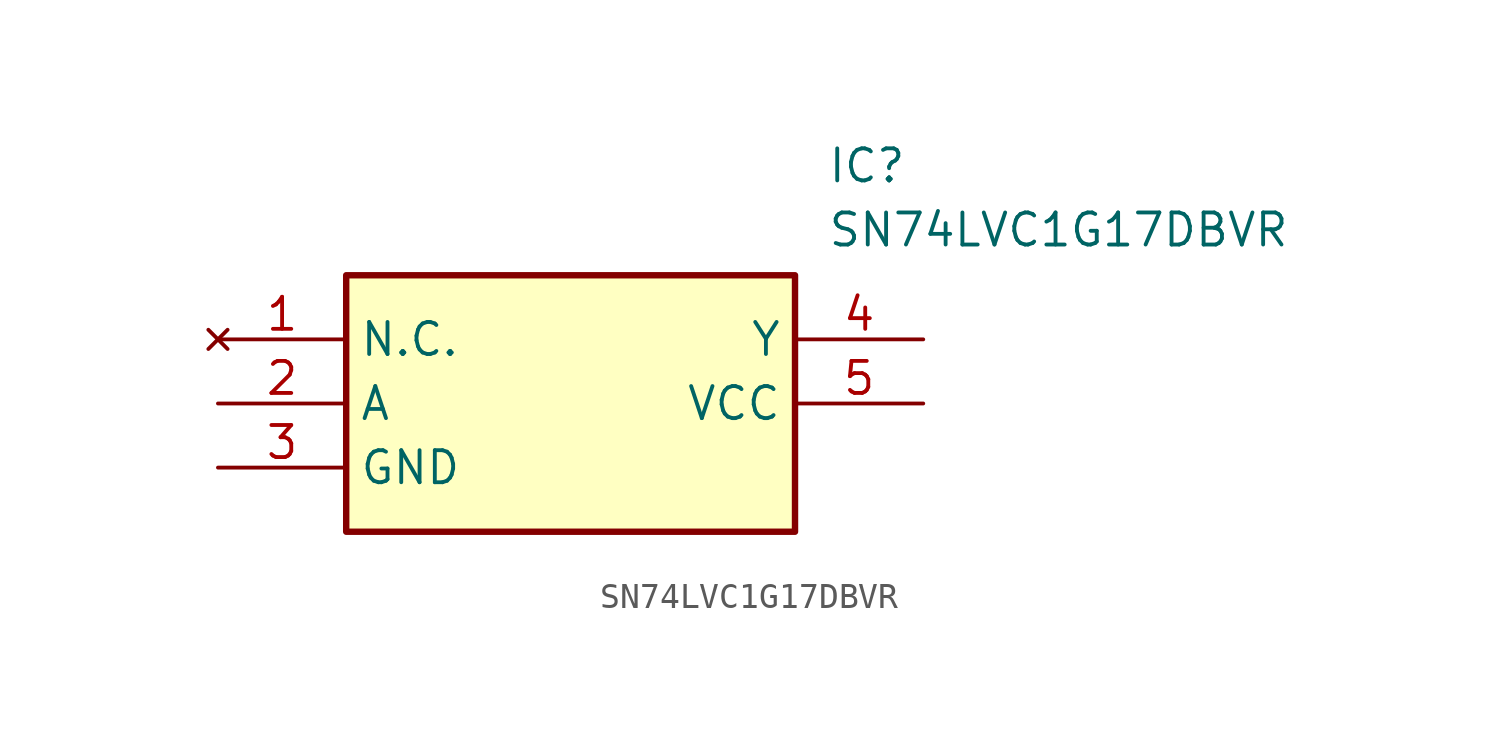
<source format=kicad_sym>
(kicad_symbol_lib
  (version 20211014)
  (generator SamacSys_ECAD_Model)
  (symbol "SN74LVC1G17DBVR"
    (property "Reference" "IC"
      (at 24.13 7.62 0)
      (effects (font (size 1.27 1.27)) (justify left top)))
    (property "Value" "SN74LVC1G17DBVR"
      (at 24.13 5.08 0)
      (effects (font (size 1.27 1.27)) (justify left top)))
    (rectangle
      (start 5.08 2.54)
      (end 22.86 -7.62)
      (stroke (width 0.254) (type default))
      (fill (type background)))
    (pin no_connect line
      (at 0 0 0)
      (length 5.08)
      (name "N.C." (effects (font (size 1.27 1.27))))
      (number "1" (effects (font (size 1.27 1.27)))))
    (pin passive line
      (at 0 -2.54 0)
      (length 5.08)
      (name "A" (effects (font (size 1.27 1.27))))
      (number "2" (effects (font (size 1.27 1.27)))))
    (pin passive line
      (at 0 -5.08 0)
      (length 5.08)
      (name "GND" (effects (font (size 1.27 1.27))))
      (number "3" (effects (font (size 1.27 1.27)))))
    (pin passive line
      (at 27.94 0 180)
      (length 5.08)
      (name "Y" (effects (font (size 1.27 1.27))))
      (number "4" (effects (font (size 1.27 1.27)))))
    (pin passive line
      (at 27.94 -2.54 180)
      (length 5.08)
      (name "VCC" (effects (font (size 1.27 1.27))))
      (number "5" (effects (font (size 1.27 1.27)))))))
</source>
